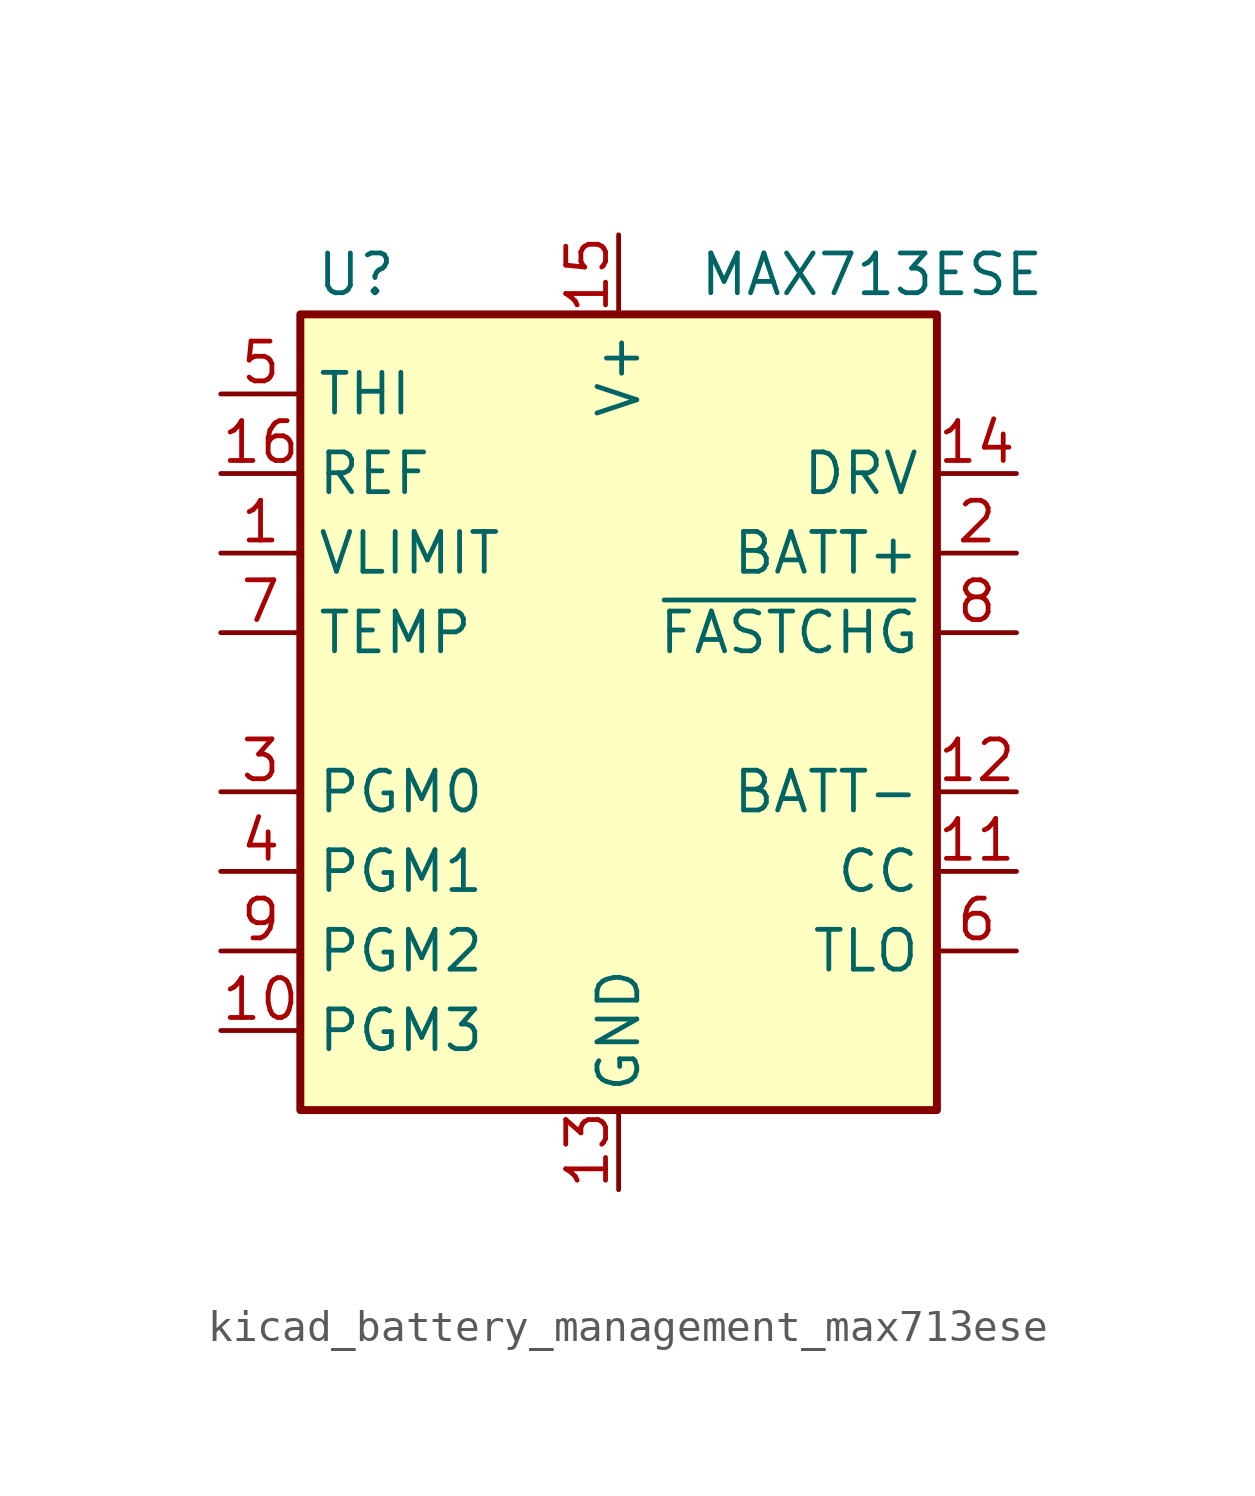
<source format=kicad_sym>
(kicad_symbol_lib
  (version 20220914)
  (generator kicad_symbol_editor)
  (symbol "kicad_battery_management_max713ese"
    (property "Reference" "U"
      (at -8.382 13.97 0)
      (effects (font (size 1.27 1.27))))
    (property "Value" "MAX713ESE"
      (at 2.54 13.97 0)
      (effects (font (size 1.27 1.27)) (justify left)))
    (symbol "kicad_battery_management_max713ese_0_1"
      (rectangle (start -10.16 12.7) (end 10.16 -12.7) (stroke (width 0.254) (type default)) (fill (type background))))
    (symbol "kicad_battery_management_max713ese_1_1"
      (pin input line (at -12.7 5.08 0) (length 2.54) (name "VLIMIT" (effects (font (size 1.27 1.27)))) (number "1" (effects (font (size 1.27 1.27)))))
      (pin input line (at -12.7 -10.16 0) (length 2.54) (name "PGM3" (effects (font (size 1.27 1.27)))) (number "10" (effects (font (size 1.27 1.27)))))
      (pin input line (at 12.7 -5.08 180) (length 2.54) (name "CC" (effects (font (size 1.27 1.27)))) (number "11" (effects (font (size 1.27 1.27)))))
      (pin input line (at 12.7 -2.54 180) (length 2.54) (name "BATT-" (effects (font (size 1.27 1.27)))) (number "12" (effects (font (size 1.27 1.27)))))
      (pin power_in line (at 0 -15.24 90) (length 2.54) (name "GND" (effects (font (size 1.27 1.27)))) (number "13" (effects (font (size 1.27 1.27)))))
      (pin output line (at 12.7 7.62 180) (length 2.54) (name "DRV" (effects (font (size 1.27 1.27)))) (number "14" (effects (font (size 1.27 1.27)))))
      (pin power_in line (at 0 15.24 270) (length 2.54) (name "V+" (effects (font (size 1.27 1.27)))) (number "15" (effects (font (size 1.27 1.27)))))
      (pin power_in line (at -12.7 7.62 0) (length 2.54) (name "REF" (effects (font (size 1.27 1.27)))) (number "16" (effects (font (size 1.27 1.27)))))
      (pin power_out line (at 12.7 5.08 180) (length 2.54) (name "BATT+" (effects (font (size 1.27 1.27)))) (number "2" (effects (font (size 1.27 1.27)))))
      (pin power_out line (at -12.7 -2.54 0) (length 2.54) (name "PGM0" (effects (font (size 1.27 1.27)))) (number "3" (effects (font (size 1.27 1.27)))))
      (pin power_out line (at -12.7 -5.08 0) (length 2.54) (name "PGM1" (effects (font (size 1.27 1.27)))) (number "4" (effects (font (size 1.27 1.27)))))
      (pin input line (at -12.7 10.16 0) (length 2.54) (name "THI" (effects (font (size 1.27 1.27)))) (number "5" (effects (font (size 1.27 1.27)))))
      (pin input line (at 12.7 -7.62 180) (length 2.54) (name "TLO" (effects (font (size 1.27 1.27)))) (number "6" (effects (font (size 1.27 1.27)))))
      (pin input line (at -12.7 2.54 0) (length 2.54) (name "TEMP" (effects (font (size 1.27 1.27)))) (number "7" (effects (font (size 1.27 1.27)))))
      (pin open_collector line (at 12.7 2.54 180) (length 2.54) (name "~{FASTCHG}" (effects (font (size 1.27 1.27)))) (number "8" (effects (font (size 1.27 1.27)))))
      (pin input line (at -12.7 -7.62 0) (length 2.54) (name "PGM2" (effects (font (size 1.27 1.27)))) (number "9" (effects (font (size 1.27 1.27))))))))
</source>
